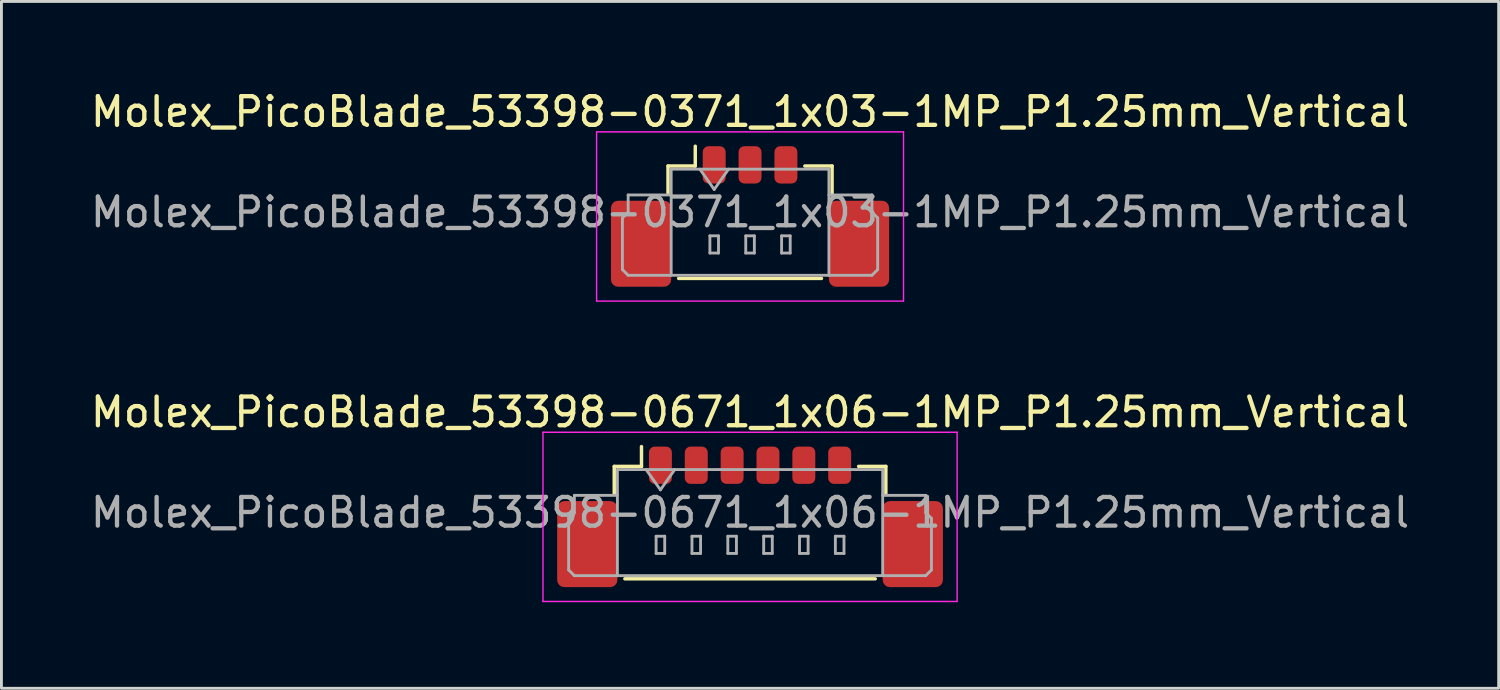
<source format=kicad_pcb>
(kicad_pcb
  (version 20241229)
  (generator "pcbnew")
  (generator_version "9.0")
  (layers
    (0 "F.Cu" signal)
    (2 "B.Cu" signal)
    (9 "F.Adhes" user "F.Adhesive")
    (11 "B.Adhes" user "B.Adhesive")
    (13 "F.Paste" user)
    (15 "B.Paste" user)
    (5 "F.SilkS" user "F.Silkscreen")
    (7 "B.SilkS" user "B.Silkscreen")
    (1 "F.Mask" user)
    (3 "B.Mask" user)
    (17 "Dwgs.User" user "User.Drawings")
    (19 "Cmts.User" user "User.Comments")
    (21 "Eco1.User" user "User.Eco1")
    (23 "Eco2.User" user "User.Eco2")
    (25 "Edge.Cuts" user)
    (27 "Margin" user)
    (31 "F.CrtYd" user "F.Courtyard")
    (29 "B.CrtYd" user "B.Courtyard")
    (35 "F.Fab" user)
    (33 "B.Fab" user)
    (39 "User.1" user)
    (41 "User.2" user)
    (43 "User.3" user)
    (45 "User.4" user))
  (footprint "Molex_PicoBlade_53398-0371_1x03-1MP_P1.25mm_Vertical"
    (layer "F.Cu")
    (at 23.101 3.948)
    (property "Reference" "Molex_PicoBlade_53398-0371_1x03-1MP_P1.25mm_Vertical" (at 0 -3.1 0) (layer "F.SilkS") (effects (font (size 1 1) (thickness 0.15))))
    (attr smd)
    (fp_line (start -2.86 -1.21) (end -1.91 -1.21) (stroke (width 0.12) (type solid)) (layer "F.SilkS"))
    (fp_line (start -2.86 -0.26) (end -2.86 -1.21) (stroke (width 0.12) (type solid)) (layer "F.SilkS"))
    (fp_line (start -2.49 2.71) (end 2.49 2.71) (stroke (width 0.12) (type solid)) (layer "F.SilkS"))
    (fp_line (start -1.91 -1.21) (end -1.91 -1.9) (stroke (width 0.12) (type solid)) (layer "F.SilkS"))
    (fp_line (start 2.86 -1.21) (end 1.91 -1.21) (stroke (width 0.12) (type solid)) (layer "F.SilkS"))
    (fp_line (start 2.86 -0.26) (end 2.86 -1.21) (stroke (width 0.12) (type solid)) (layer "F.SilkS"))
    (fp_line (start -5.35 -2.4) (end -5.35 3.5) (stroke (width 0.05) (type solid)) (layer "F.CrtYd"))
    (fp_line (start -5.35 3.5) (end 5.35 3.5) (stroke (width 0.05) (type solid)) (layer "F.CrtYd"))
    (fp_line (start 5.35 -2.4) (end -5.35 -2.4) (stroke (width 0.05) (type solid)) (layer "F.CrtYd"))
    (fp_line (start 5.35 3.5) (end 5.35 -2.4) (stroke (width 0.05) (type solid)) (layer "F.CrtYd"))
    (fp_line (start -4.45 0.6) (end -4.25 0.4) (stroke (width 0.1) (type solid)) (layer "F.Fab"))
    (fp_line (start -4.45 2.4) (end -4.45 0.6) (stroke (width 0.1) (type solid)) (layer "F.Fab"))
    (fp_line (start -4.25 -0.2) (end -2.75 -0.2) (stroke (width 0.1) (type solid)) (layer "F.Fab"))
    (fp_line (start -4.25 0.4) (end -4.25 -0.2) (stroke (width 0.1) (type solid)) (layer "F.Fab"))
    (fp_line (start -4.25 2.6) (end -4.45 2.4) (stroke (width 0.1) (type solid)) (layer "F.Fab"))
    (fp_line (start -2.75 -1.1) (end -2.75 2.6) (stroke (width 0.1) (type solid)) (layer "F.Fab"))
    (fp_line (start -2.75 -1.1) (end 2.75 -1.1) (stroke (width 0.1) (type solid)) (layer "F.Fab"))
    (fp_line (start -2.75 2.6) (end -4.25 2.6) (stroke (width 0.1) (type solid)) (layer "F.Fab"))
    (fp_line (start -2.75 2.6) (end 2.75 2.6) (stroke (width 0.1) (type solid)) (layer "F.Fab"))
    (fp_line (start -1.75 -1.1) (end -1.25 -0.393) (stroke (width 0.1) (type solid)) (layer "F.Fab"))
    (fp_line (start -1.4 1.225) (end -1.4 1.825) (stroke (width 0.1) (type solid)) (layer "F.Fab"))
    (fp_line (start -1.4 1.825) (end -1.1 1.825) (stroke (width 0.1) (type solid)) (layer "F.Fab"))
    (fp_line (start -1.25 -0.393) (end -0.75 -1.1) (stroke (width 0.1) (type solid)) (layer "F.Fab"))
    (fp_line (start -1.1 1.225) (end -1.4 1.225) (stroke (width 0.1) (type solid)) (layer "F.Fab"))
    (fp_line (start -1.1 1.825) (end -1.1 1.225) (stroke (width 0.1) (type solid)) (layer "F.Fab"))
    (fp_line (start -0.15 1.225) (end -0.15 1.825) (stroke (width 0.1) (type solid)) (layer "F.Fab"))
    (fp_line (start -0.15 1.825) (end 0.15 1.825) (stroke (width 0.1) (type solid)) (layer "F.Fab"))
    (fp_line (start 0.15 1.225) (end -0.15 1.225) (stroke (width 0.1) (type solid)) (layer "F.Fab"))
    (fp_line (start 0.15 1.825) (end 0.15 1.225) (stroke (width 0.1) (type solid)) (layer "F.Fab"))
    (fp_line (start 1.1 1.225) (end 1.1 1.825) (stroke (width 0.1) (type solid)) (layer "F.Fab"))
    (fp_line (start 1.1 1.825) (end 1.4 1.825) (stroke (width 0.1) (type solid)) (layer "F.Fab"))
    (fp_line (start 1.4 1.225) (end 1.1 1.225) (stroke (width 0.1) (type solid)) (layer "F.Fab"))
    (fp_line (start 1.4 1.825) (end 1.4 1.225) (stroke (width 0.1) (type solid)) (layer "F.Fab"))
    (fp_line (start 2.75 -1.1) (end 2.75 2.6) (stroke (width 0.1) (type solid)) (layer "F.Fab"))
    (fp_line (start 2.75 2.6) (end 4.25 2.6) (stroke (width 0.1) (type solid)) (layer "F.Fab"))
    (fp_line (start 4.25 -0.2) (end 2.75 -0.2) (stroke (width 0.1) (type solid)) (layer "F.Fab"))
    (fp_line (start 4.25 0.4) (end 4.25 -0.2) (stroke (width 0.1) (type solid)) (layer "F.Fab"))
    (fp_line (start 4.25 2.6) (end 4.45 2.4) (stroke (width 0.1) (type solid)) (layer "F.Fab"))
    (fp_line (start 4.45 0.6) (end 4.25 0.4) (stroke (width 0.1) (type solid)) (layer "F.Fab"))
    (fp_line (start 4.45 2.4) (end 4.45 0.6) (stroke (width 0.1) (type solid)) (layer "F.Fab"))
    (fp_text user "${REFERENCE}" (at 0 0.4 0) (layer "F.Fab") (effects (font (size 1 1) (thickness 0.15))))
    (pad "1" smd roundrect (at -1.25 -1.25) (size 0.8 1.3) (layers "F.Cu" "F.Mask" "F.Paste") (roundrect_rratio 0.25))
    (pad "2" smd roundrect (at 0 -1.25) (size 0.8 1.3) (layers "F.Cu" "F.Mask" "F.Paste") (roundrect_rratio 0.25))
    (pad "3" smd roundrect (at 1.25 -1.25) (size 0.8 1.3) (layers "F.Cu" "F.Mask" "F.Paste") (roundrect_rratio 0.25))
    (pad "MP" smd roundrect (at -3.8 1.5) (size 2.1 3) (layers "F.Cu" "F.Mask" "F.Paste") (roundrect_rratio 0.119))
    (pad "MP" smd roundrect (at 3.8 1.5) (size 2.1 3) (layers "F.Cu" "F.Mask" "F.Paste") (roundrect_rratio 0.119)))
  (footprint "Molex_PicoBlade_53398-0671_1x06-1MP_P1.25mm_Vertical"
    (layer "F.Cu")
    (at 23.101 14.421)
    (property "Reference" "Molex_PicoBlade_53398-0671_1x06-1MP_P1.25mm_Vertical" (at 0 -3.1 0) (layer "F.SilkS") (effects (font (size 1 1) (thickness 0.15))))
    (attr smd)
    (fp_line (start -4.735 -1.21) (end -3.785 -1.21) (stroke (width 0.12) (type solid)) (layer "F.SilkS"))
    (fp_line (start -4.735 -0.26) (end -4.735 -1.21) (stroke (width 0.12) (type solid)) (layer "F.SilkS"))
    (fp_line (start -4.365 2.71) (end 4.365 2.71) (stroke (width 0.12) (type solid)) (layer "F.SilkS"))
    (fp_line (start -3.785 -1.21) (end -3.785 -1.9) (stroke (width 0.12) (type solid)) (layer "F.SilkS"))
    (fp_line (start 4.735 -1.21) (end 3.785 -1.21) (stroke (width 0.12) (type solid)) (layer "F.SilkS"))
    (fp_line (start 4.735 -0.26) (end 4.735 -1.21) (stroke (width 0.12) (type solid)) (layer "F.SilkS"))
    (fp_line (start -7.22 -2.4) (end -7.22 3.5) (stroke (width 0.05) (type solid)) (layer "F.CrtYd"))
    (fp_line (start -7.22 3.5) (end 7.22 3.5) (stroke (width 0.05) (type solid)) (layer "F.CrtYd"))
    (fp_line (start 7.22 -2.4) (end -7.22 -2.4) (stroke (width 0.05) (type solid)) (layer "F.CrtYd"))
    (fp_line (start 7.22 3.5) (end 7.22 -2.4) (stroke (width 0.05) (type solid)) (layer "F.CrtYd"))
    (fp_line (start -6.325 0.6) (end -6.125 0.4) (stroke (width 0.1) (type solid)) (layer "F.Fab"))
    (fp_line (start -6.325 2.4) (end -6.325 0.6) (stroke (width 0.1) (type solid)) (layer "F.Fab"))
    (fp_line (start -6.125 -0.2) (end -4.625 -0.2) (stroke (width 0.1) (type solid)) (layer "F.Fab"))
    (fp_line (start -6.125 0.4) (end -6.125 -0.2) (stroke (width 0.1) (type solid)) (layer "F.Fab"))
    (fp_line (start -6.125 2.6) (end -6.325 2.4) (stroke (width 0.1) (type solid)) (layer "F.Fab"))
    (fp_line (start -4.625 -1.1) (end -4.625 2.6) (stroke (width 0.1) (type solid)) (layer "F.Fab"))
    (fp_line (start -4.625 -1.1) (end 4.625 -1.1) (stroke (width 0.1) (type solid)) (layer "F.Fab"))
    (fp_line (start -4.625 2.6) (end -6.125 2.6) (stroke (width 0.1) (type solid)) (layer "F.Fab"))
    (fp_line (start -4.625 2.6) (end 4.625 2.6) (stroke (width 0.1) (type solid)) (layer "F.Fab"))
    (fp_line (start -3.625 -1.1) (end -3.125 -0.393) (stroke (width 0.1) (type solid)) (layer "F.Fab"))
    (fp_line (start -3.275 1.225) (end -3.275 1.825) (stroke (width 0.1) (type solid)) (layer "F.Fab"))
    (fp_line (start -3.275 1.825) (end -2.975 1.825) (stroke (width 0.1) (type solid)) (layer "F.Fab"))
    (fp_line (start -3.125 -0.393) (end -2.625 -1.1) (stroke (width 0.1) (type solid)) (layer "F.Fab"))
    (fp_line (start -2.975 1.225) (end -3.275 1.225) (stroke (width 0.1) (type solid)) (layer "F.Fab"))
    (fp_line (start -2.975 1.825) (end -2.975 1.225) (stroke (width 0.1) (type solid)) (layer "F.Fab"))
    (fp_line (start -2.025 1.225) (end -2.025 1.825) (stroke (width 0.1) (type solid)) (layer "F.Fab"))
    (fp_line (start -2.025 1.825) (end -1.725 1.825) (stroke (width 0.1) (type solid)) (layer "F.Fab"))
    (fp_line (start -1.725 1.225) (end -2.025 1.225) (stroke (width 0.1) (type solid)) (layer "F.Fab"))
    (fp_line (start -1.725 1.825) (end -1.725 1.225) (stroke (width 0.1) (type solid)) (layer "F.Fab"))
    (fp_line (start -0.775 1.225) (end -0.775 1.825) (stroke (width 0.1) (type solid)) (layer "F.Fab"))
    (fp_line (start -0.775 1.825) (end -0.475 1.825) (stroke (width 0.1) (type solid)) (layer "F.Fab"))
    (fp_line (start -0.475 1.225) (end -0.775 1.225) (stroke (width 0.1) (type solid)) (layer "F.Fab"))
    (fp_line (start -0.475 1.825) (end -0.475 1.225) (stroke (width 0.1) (type solid)) (layer "F.Fab"))
    (fp_line (start 0.475 1.225) (end 0.475 1.825) (stroke (width 0.1) (type solid)) (layer "F.Fab"))
    (fp_line (start 0.475 1.825) (end 0.775 1.825) (stroke (width 0.1) (type solid)) (layer "F.Fab"))
    (fp_line (start 0.775 1.225) (end 0.475 1.225) (stroke (width 0.1) (type solid)) (layer "F.Fab"))
    (fp_line (start 0.775 1.825) (end 0.775 1.225) (stroke (width 0.1) (type solid)) (layer "F.Fab"))
    (fp_line (start 1.725 1.225) (end 1.725 1.825) (stroke (width 0.1) (type solid)) (layer "F.Fab"))
    (fp_line (start 1.725 1.825) (end 2.025 1.825) (stroke (width 0.1) (type solid)) (layer "F.Fab"))
    (fp_line (start 2.025 1.225) (end 1.725 1.225) (stroke (width 0.1) (type solid)) (layer "F.Fab"))
    (fp_line (start 2.025 1.825) (end 2.025 1.225) (stroke (width 0.1) (type solid)) (layer "F.Fab"))
    (fp_line (start 2.975 1.225) (end 2.975 1.825) (stroke (width 0.1) (type solid)) (layer "F.Fab"))
    (fp_line (start 2.975 1.825) (end 3.275 1.825) (stroke (width 0.1) (type solid)) (layer "F.Fab"))
    (fp_line (start 3.275 1.225) (end 2.975 1.225) (stroke (width 0.1) (type solid)) (layer "F.Fab"))
    (fp_line (start 3.275 1.825) (end 3.275 1.225) (stroke (width 0.1) (type solid)) (layer "F.Fab"))
    (fp_line (start 4.625 -1.1) (end 4.625 2.6) (stroke (width 0.1) (type solid)) (layer "F.Fab"))
    (fp_line (start 4.625 2.6) (end 6.125 2.6) (stroke (width 0.1) (type solid)) (layer "F.Fab"))
    (fp_line (start 6.125 -0.2) (end 4.625 -0.2) (stroke (width 0.1) (type solid)) (layer "F.Fab"))
    (fp_line (start 6.125 0.4) (end 6.125 -0.2) (stroke (width 0.1) (type solid)) (layer "F.Fab"))
    (fp_line (start 6.125 2.6) (end 6.325 2.4) (stroke (width 0.1) (type solid)) (layer "F.Fab"))
    (fp_line (start 6.325 0.6) (end 6.125 0.4) (stroke (width 0.1) (type solid)) (layer "F.Fab"))
    (fp_line (start 6.325 2.4) (end 6.325 0.6) (stroke (width 0.1) (type solid)) (layer "F.Fab"))
    (fp_text user "${REFERENCE}" (at 0 0.4 0) (layer "F.Fab") (effects (font (size 1 1) (thickness 0.15))))
    (pad "1" smd roundrect (at -3.125 -1.25) (size 0.8 1.3) (layers "F.Cu" "F.Mask" "F.Paste") (roundrect_rratio 0.25))
    (pad "2" smd roundrect (at -1.875 -1.25) (size 0.8 1.3) (layers "F.Cu" "F.Mask" "F.Paste") (roundrect_rratio 0.25))
    (pad "3" smd roundrect (at -0.625 -1.25) (size 0.8 1.3) (layers "F.Cu" "F.Mask" "F.Paste") (roundrect_rratio 0.25))
    (pad "4" smd roundrect (at 0.625 -1.25) (size 0.8 1.3) (layers "F.Cu" "F.Mask" "F.Paste") (roundrect_rratio 0.25))
    (pad "5" smd roundrect (at 1.875 -1.25) (size 0.8 1.3) (layers "F.Cu" "F.Mask" "F.Paste") (roundrect_rratio 0.25))
    (pad "6" smd roundrect (at 3.125 -1.25) (size 0.8 1.3) (layers "F.Cu" "F.Mask" "F.Paste") (roundrect_rratio 0.25))
    (pad "MP" smd roundrect (at -5.675 1.5) (size 2.1 3) (layers "F.Cu" "F.Mask" "F.Paste") (roundrect_rratio 0.119))
    (pad "MP" smd roundrect (at 5.675 1.5) (size 2.1 3) (layers "F.Cu" "F.Mask" "F.Paste") (roundrect_rratio 0.119)))
  (gr_rect
    (start -3 -3)
    (end 49.202 20.947)
    (stroke (width 0.1) (type default))
    (fill no)
    (layer "Edge.Cuts")))
</source>
